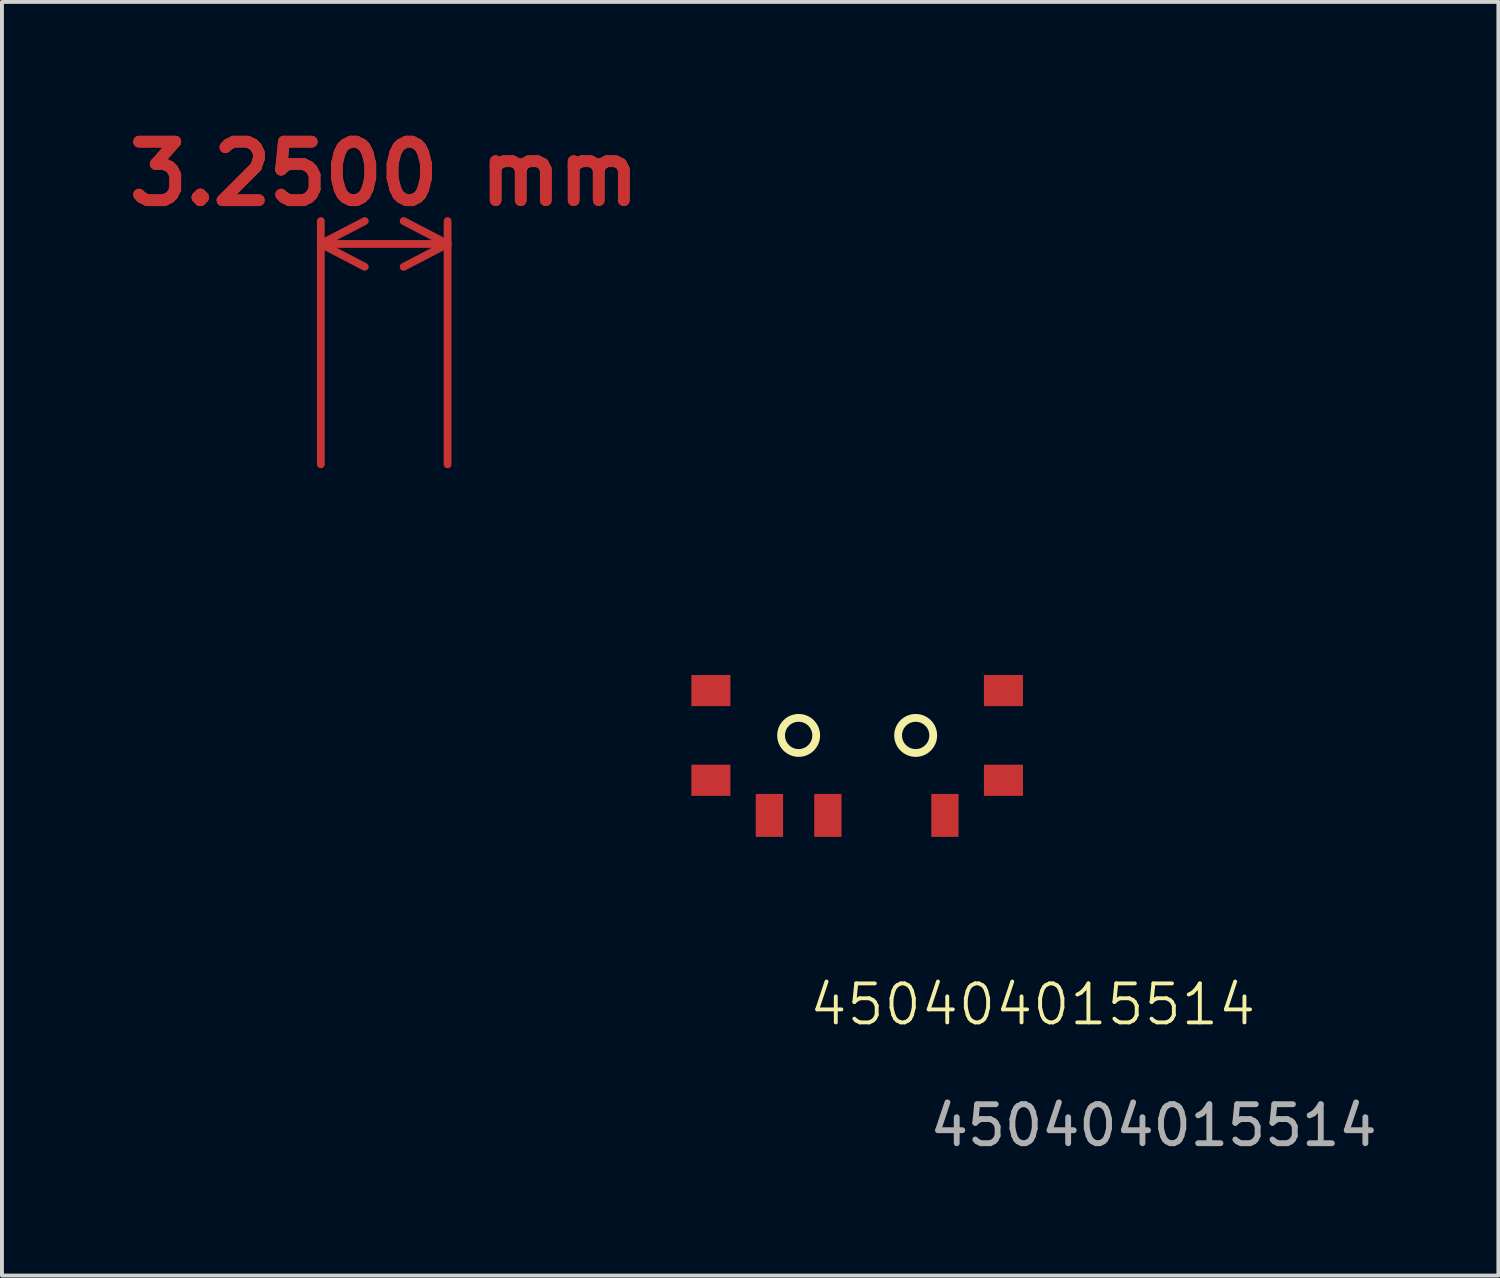
<source format=kicad_pcb>
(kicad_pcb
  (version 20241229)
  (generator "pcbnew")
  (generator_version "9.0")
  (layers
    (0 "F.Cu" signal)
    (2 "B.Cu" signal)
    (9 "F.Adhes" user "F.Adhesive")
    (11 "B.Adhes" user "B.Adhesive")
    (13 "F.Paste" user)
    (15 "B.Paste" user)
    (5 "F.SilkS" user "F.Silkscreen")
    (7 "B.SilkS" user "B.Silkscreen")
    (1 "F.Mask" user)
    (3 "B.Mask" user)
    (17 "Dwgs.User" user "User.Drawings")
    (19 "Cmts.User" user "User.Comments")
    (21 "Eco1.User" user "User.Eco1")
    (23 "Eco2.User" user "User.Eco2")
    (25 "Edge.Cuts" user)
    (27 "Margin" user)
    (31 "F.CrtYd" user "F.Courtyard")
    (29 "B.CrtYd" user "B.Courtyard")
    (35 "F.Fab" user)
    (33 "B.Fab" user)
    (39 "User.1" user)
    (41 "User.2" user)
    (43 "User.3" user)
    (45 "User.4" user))
  (footprint "450404015514"
    (layer "F.Cu")
    (at 18.925 15.804)
    (property "Reference" "450404015514" (at 4.5 6.9 0) (unlocked yes) (layer "F.SilkS") (effects (font (size 1 1) (thickness 0.1))))
    (attr smd)
    (fp_circle (center -1.5 0) (end -1.05 0) (stroke (width 0.2) (type default)) (fill no) (layer "F.SilkS"))
    (fp_circle (center 1.5 0) (end 1.95 0) (stroke (width 0.2) (type default)) (fill no) (layer "F.SilkS"))
    (fp_text user "${REFERENCE}" (at 7.6 10 0) (unlocked yes) (layer "F.Fab") (effects (font (size 1 1) (thickness 0.15))))
    (dimension (type aligned) (layer "F.Cu") (pts (xy 5.175 9.354) (xy 8.425 9.354)) (height -6.15) (format (prefix "") (suffix "") (units 3) (units_format 1) (precision 4)) (style (thickness 0.2) (arrow_length 1.27) (text_position_mode 0) (arrow_direction outward) (extension_height 0.586) (extension_offset 0.5) (keep_text_aligned yes)) (gr_text "3.2500 mm" (at 6.8 1.404 0) (layer "F.Cu") (effects (font (size 1.5 1.5) (thickness 0.3)))))
    (pad "1" smd rect (at 2.25 2.05) (size 0.7 1.1) (layers "F.Cu" "F.Mask" "F.Paste"))
    (pad "3" smd rect (at -2.25 2.05) (size 0.7 1.1) (layers "F.Cu" "F.Mask" "F.Paste"))
    (pad "COM" smd rect (at -0.75 2.05) (size 0.7 1.1) (layers "F.Cu" "F.Mask" "F.Paste"))
    (pad "GND" smd rect (at -3.75 -1.15 90) (size 0.8 1) (layers "F.Cu" "F.Mask" "F.Paste"))
    (pad "GND" smd rect (at -3.75 1.15 90) (size 0.8 1) (layers "F.Cu" "F.Mask" "F.Paste"))
    (pad "GND" smd rect (at 3.75 -1.15 90) (size 0.8 1) (layers "F.Cu" "F.Mask" "F.Paste"))
    (pad "GND" smd rect (at 3.75 1.15 90) (size 0.8 1) (layers "F.Cu" "F.Mask" "F.Paste")))
  (gr_rect
    (start -3 -3)
    (end 35.364 29.652)
    (stroke (width 0.1) (type default))
    (fill no)
    (layer "Edge.Cuts")))
</source>
